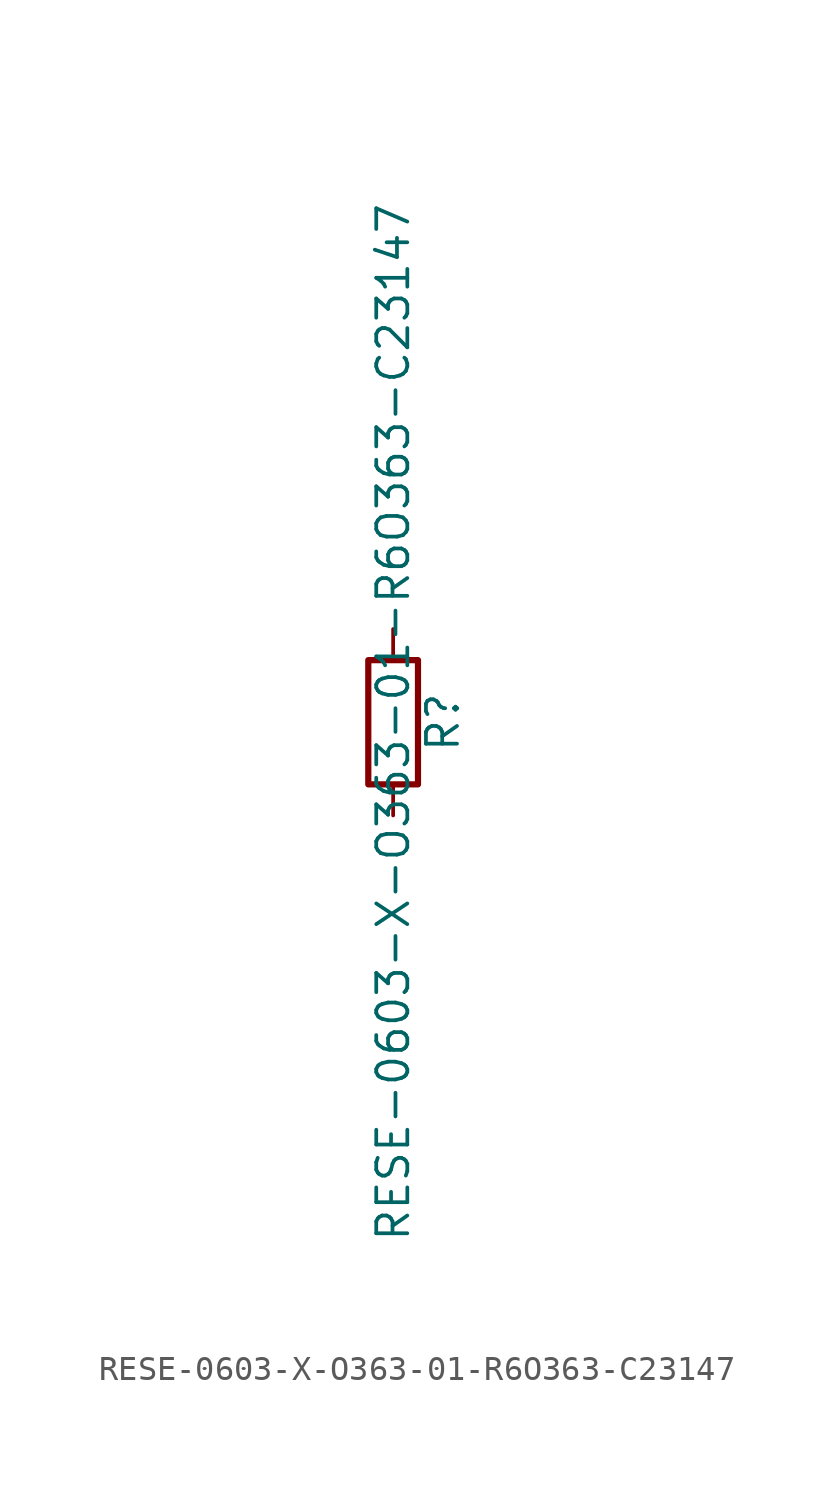
<source format=kicad_sym>
(kicad_symbol_lib
  (version 20211014)
  (generator kicad_symbol_editor)
  (symbol "RESE-0603-X-O363-01-R6O363-C23147"
    (pin_numbers hide)
    (pin_names
      (offset 0))
    (property "Reference" "R"
      (at 2.032 0 90)
      (effects (font (size 1.27 1.27))))
    (property "Value" "RESE-0603-X-O363-01-R6O363-C23147"
      (at 0 0 90)
      (effects (font (size 1.27 1.27))))
    (symbol "RESE-0603-X-O363-01-R6O363-C23147_0_1"
      (rectangle (start -1.016 -2.54) (end 1.016 2.54) (stroke (width 0.254) (type default) (color 0 0 0 0)) (fill (type none))))
    (symbol "RESE-0603-X-O363-01-R6O363-C23147_1_1"
      (pin passive line (at 0 3.81 270) (length 1.27) (name "~" (effects (font (size 1.27 1.27)))) (number "1" (effects (font (size 1.27 1.27)))))
      (pin passive line (at 0 -3.81 90) (length 1.27) (name "~" (effects (font (size 1.27 1.27)))) (number "2" (effects (font (size 1.27 1.27))))))))
</source>
